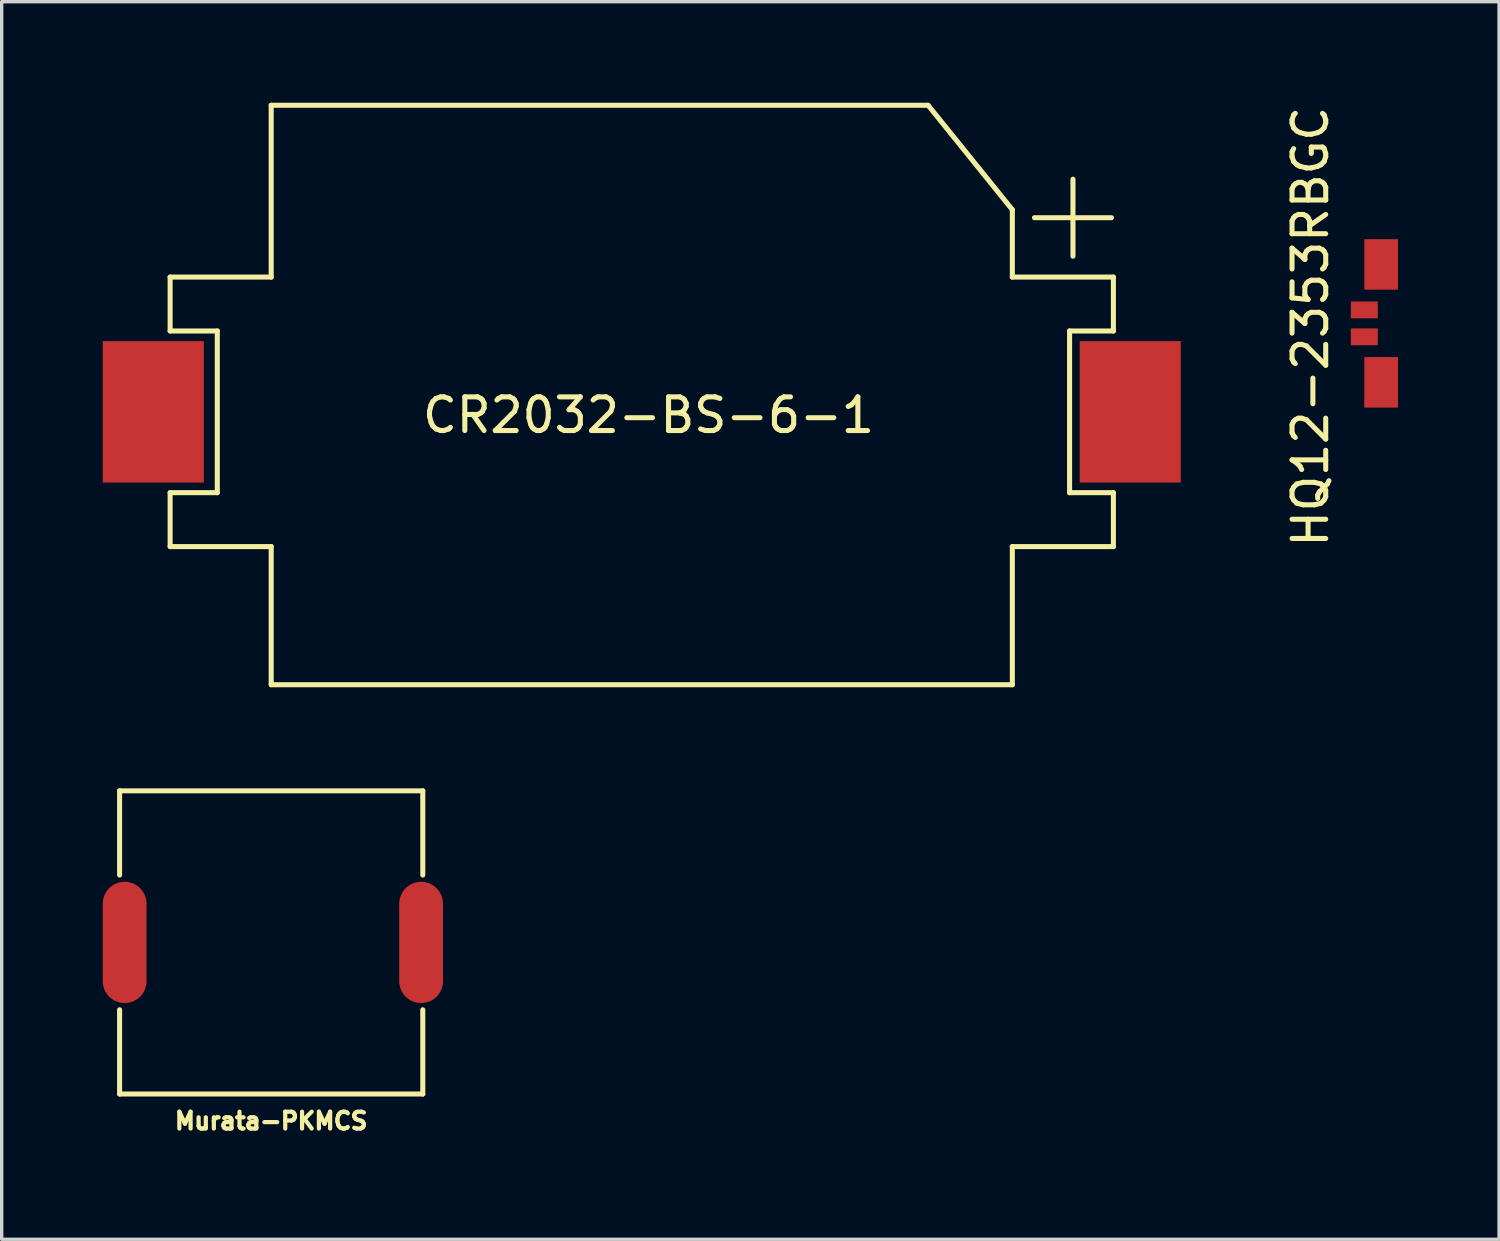
<source format=kicad_pcb>
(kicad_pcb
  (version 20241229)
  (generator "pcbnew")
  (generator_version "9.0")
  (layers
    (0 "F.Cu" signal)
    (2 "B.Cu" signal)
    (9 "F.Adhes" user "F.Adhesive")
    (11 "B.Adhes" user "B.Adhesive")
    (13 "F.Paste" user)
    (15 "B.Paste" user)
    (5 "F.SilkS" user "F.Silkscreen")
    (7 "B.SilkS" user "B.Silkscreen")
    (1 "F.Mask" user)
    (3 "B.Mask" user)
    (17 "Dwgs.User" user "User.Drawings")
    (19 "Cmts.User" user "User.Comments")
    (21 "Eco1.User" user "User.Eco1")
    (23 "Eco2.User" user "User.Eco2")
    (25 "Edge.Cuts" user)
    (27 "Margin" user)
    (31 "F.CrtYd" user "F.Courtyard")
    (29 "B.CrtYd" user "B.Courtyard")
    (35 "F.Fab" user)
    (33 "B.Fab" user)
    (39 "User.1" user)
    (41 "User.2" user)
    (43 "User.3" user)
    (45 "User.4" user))
  (footprint "CR2032-BS-6-1"
    (layer "F.Cu")
    (at 16 9.175)
    (property "Reference" "CR2032-BS-6-1" (at 0.2 0.1 0) (layer "F.SilkS") (effects (font (size 1 1) (thickness 0.15))))
    (attr through_hole)
    (fp_line (start -14 -4) (end -14 -2.4) (stroke (width 0.15) (type solid)) (layer "F.SilkS"))
    (fp_line (start -14 -2.4) (end -12.6 -2.4) (stroke (width 0.15) (type solid)) (layer "F.SilkS"))
    (fp_line (start -14 2.4) (end -14 4) (stroke (width 0.15) (type solid)) (layer "F.SilkS"))
    (fp_line (start -14 4) (end -11 4) (stroke (width 0.15) (type solid)) (layer "F.SilkS"))
    (fp_line (start -12.6 -2.4) (end -12.6 2.4) (stroke (width 0.15) (type solid)) (layer "F.SilkS"))
    (fp_line (start -12.6 2.4) (end -14 2.4) (stroke (width 0.15) (type solid)) (layer "F.SilkS"))
    (fp_line (start -11 -9.1) (end -11 -4) (stroke (width 0.15) (type solid)) (layer "F.SilkS"))
    (fp_line (start -11 -4) (end -14 -4) (stroke (width 0.15) (type solid)) (layer "F.SilkS"))
    (fp_line (start -11 4) (end -11 8.1) (stroke (width 0.15) (type solid)) (layer "F.SilkS"))
    (fp_line (start -11 8.1) (end 11 8.1) (stroke (width 0.15) (type solid)) (layer "F.SilkS"))
    (fp_line (start 8.5 -9.1) (end -11 -9.1) (stroke (width 0.15) (type solid)) (layer "F.SilkS"))
    (fp_line (start 11 -6) (end 8.5 -9.1) (stroke (width 0.15) (type solid)) (layer "F.SilkS"))
    (fp_line (start 11 -4) (end 11 -6) (stroke (width 0.15) (type solid)) (layer "F.SilkS"))
    (fp_line (start 11 4) (end 14 4) (stroke (width 0.15) (type solid)) (layer "F.SilkS"))
    (fp_line (start 11 8.1) (end 11 4) (stroke (width 0.15) (type solid)) (layer "F.SilkS"))
    (fp_line (start 12.7 -2.4) (end 14 -2.4) (stroke (width 0.15) (type solid)) (layer "F.SilkS"))
    (fp_line (start 12.7 2.4) (end 12.7 -2.4) (stroke (width 0.15) (type solid)) (layer "F.SilkS"))
    (fp_line (start 14 -4) (end 11 -4) (stroke (width 0.15) (type solid)) (layer "F.SilkS"))
    (fp_line (start 14 -2.4) (end 14 -4) (stroke (width 0.15) (type solid)) (layer "F.SilkS"))
    (fp_line (start 14 2.4) (end 12.7 2.4) (stroke (width 0.15) (type solid)) (layer "F.SilkS"))
    (fp_line (start 14 4) (end 14 2.4) (stroke (width 0.15) (type solid)) (layer "F.SilkS"))
    (fp_text user "+" (at 12.8 -6 0) (layer "F.SilkS") (effects (font (size 3 3) (thickness 0.15))))
    (pad "1" smd rect (at 14.5 0) (size 3 4.2) (layers "F.Cu" "F.Mask" "F.Paste"))
    (pad "2" smd rect (at -14.5 0) (size 3 4.2) (layers "F.Cu" "F.Mask" "F.Paste")))
  (footprint "HQ12-2353RBGC"
    (layer "F.Cu")
    (at 37.948 6.549)
    (property "Reference" "HQ12-2353RBGC" (at -2.1 0.1 90) (layer "F.SilkS") (effects (font (size 1 1) (thickness 0.15))))
    (attr through_hole)
    (pad "1" smd rect (at 0 1.75) (size 1 1.5) (layers "F.Cu" "F.Mask" "F.Paste"))
    (pad "2" smd rect (at 0 -1.75) (size 1 1.5) (layers "F.Cu" "F.Mask" "F.Paste"))
    (pad "3" smd rect (at -0.5 -0.4) (size 0.8 0.5) (layers "F.Cu" "F.Mask" "F.Paste"))
    (pad "4" smd rect (at -0.5 0.4) (size 0.8 0.5) (layers "F.Cu" "F.Mask" "F.Paste")))
  (footprint "Murata-PKMCS"
    (layer "F.Cu")
    (at 5 24.925)
    (property "Reference" "Murata-PKMCS" (at 0 5.3 0) (layer "F.SilkS") (effects (font (size 0.5 0.5) (thickness 0.125))))
    (attr through_hole)
    (fp_line (start -4.5 -4.5) (end 4.5 -4.5) (stroke (width 0.15) (type solid)) (layer "F.SilkS"))
    (fp_line (start -4.5 -2) (end -4.5 -4.5) (stroke (width 0.15) (type solid)) (layer "F.SilkS"))
    (fp_line (start -4.5 2) (end -4.5 4.5) (stroke (width 0.15) (type solid)) (layer "F.SilkS"))
    (fp_line (start -4.5 4.5) (end 4.5 4.5) (stroke (width 0.15) (type solid)) (layer "F.SilkS"))
    (fp_line (start 4.5 -4.5) (end 4.5 -2) (stroke (width 0.15) (type solid)) (layer "F.SilkS"))
    (fp_line (start 4.5 4.5) (end 4.5 2) (stroke (width 0.15) (type solid)) (layer "F.SilkS"))
    (pad "1" smd oval (at -4.35 0) (size 1.3 3.6) (layers "F.Cu" "F.Mask" "F.Paste"))
    (pad "2" smd oval (at 4.45 0) (size 1.3 3.6) (layers "F.Cu" "F.Mask" "F.Paste")))
  (gr_rect
    (start -3 -3)
    (end 41.448 33.737)
    (stroke (width 0.1) (type default))
    (fill no)
    (layer "Edge.Cuts")))
</source>
